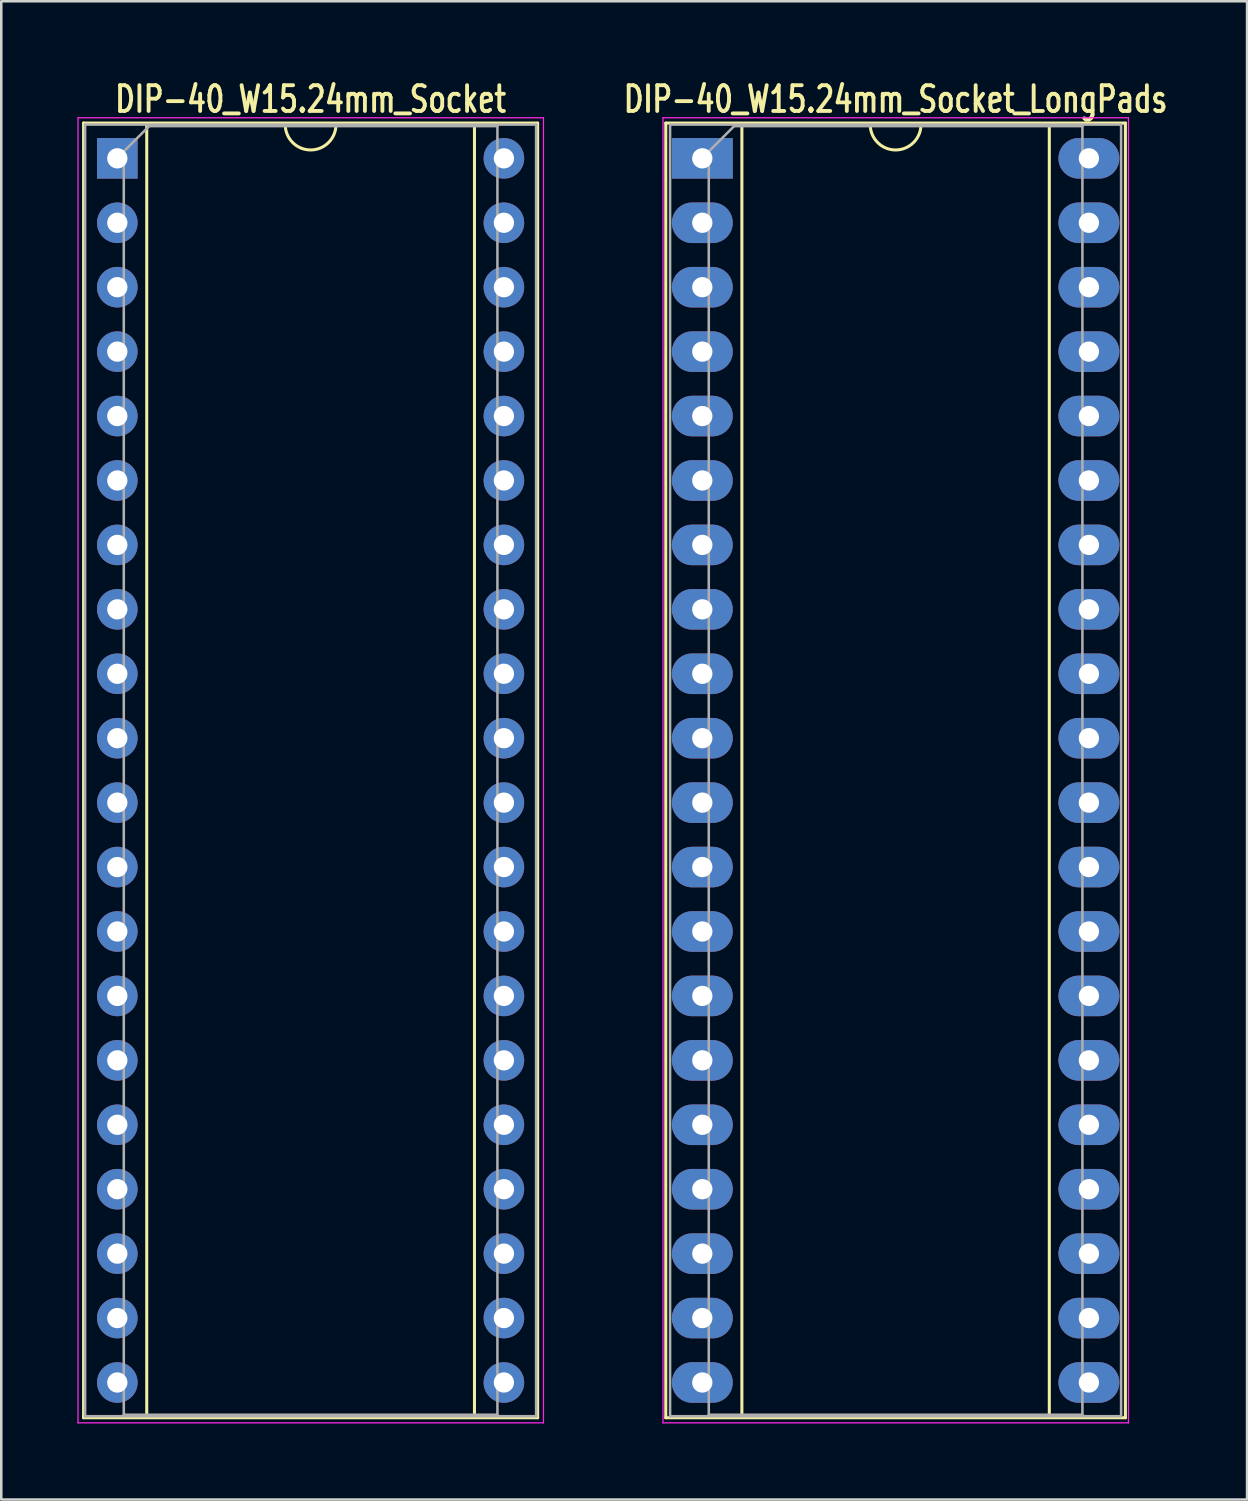
<source format=kicad_pcb>
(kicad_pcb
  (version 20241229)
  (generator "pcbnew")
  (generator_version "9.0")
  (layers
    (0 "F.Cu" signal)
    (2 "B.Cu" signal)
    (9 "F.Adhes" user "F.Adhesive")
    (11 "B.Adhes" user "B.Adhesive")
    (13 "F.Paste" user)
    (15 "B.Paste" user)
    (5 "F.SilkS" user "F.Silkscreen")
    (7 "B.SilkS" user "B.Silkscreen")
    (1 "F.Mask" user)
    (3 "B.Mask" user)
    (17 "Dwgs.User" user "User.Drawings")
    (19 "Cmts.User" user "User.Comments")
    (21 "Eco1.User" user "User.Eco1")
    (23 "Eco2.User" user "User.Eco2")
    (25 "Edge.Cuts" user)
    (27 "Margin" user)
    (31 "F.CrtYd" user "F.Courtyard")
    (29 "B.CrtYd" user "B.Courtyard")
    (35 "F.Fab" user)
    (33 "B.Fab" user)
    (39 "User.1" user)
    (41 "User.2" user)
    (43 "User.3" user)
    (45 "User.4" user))
  (footprint "DIP-40_W15.24mm_Socket"
    (layer "F.Cu")
    (at 1.575 3.192)
    (property "Reference" "DIP-40_W15.24mm_Socket" (at 7.62 -2.33 0) (layer "F.SilkS") (effects (font (size 1.016 0.762) (thickness 0.152))))
    (attr through_hole)
    (fp_line (start -1.33 -1.39) (end -1.33 49.65) (stroke (width 0.12) (type solid)) (layer "F.SilkS"))
    (fp_line (start -1.33 49.65) (end 16.57 49.65) (stroke (width 0.12) (type solid)) (layer "F.SilkS"))
    (fp_line (start 1.16 -1.33) (end 1.16 49.59) (stroke (width 0.12) (type solid)) (layer "F.SilkS"))
    (fp_line (start 1.16 49.59) (end 14.08 49.59) (stroke (width 0.12) (type solid)) (layer "F.SilkS"))
    (fp_line (start 6.62 -1.33) (end 1.16 -1.33) (stroke (width 0.12) (type solid)) (layer "F.SilkS"))
    (fp_line (start 14.08 -1.33) (end 8.62 -1.33) (stroke (width 0.12) (type solid)) (layer "F.SilkS"))
    (fp_line (start 14.08 49.59) (end 14.08 -1.33) (stroke (width 0.12) (type solid)) (layer "F.SilkS"))
    (fp_line (start 16.57 -1.39) (end -1.33 -1.39) (stroke (width 0.12) (type solid)) (layer "F.SilkS"))
    (fp_line (start 16.57 49.65) (end 16.57 -1.39) (stroke (width 0.12) (type solid)) (layer "F.SilkS"))
    (fp_arc (start 8.62 -1.33) (mid 7.62 -0.33) (end 6.62 -1.33) (stroke (width 0.12) (type solid)) (layer "F.SilkS"))
    (fp_line (start -1.55 -1.6) (end -1.55 49.85) (stroke (width 0.05) (type solid)) (layer "F.CrtYd"))
    (fp_line (start -1.55 49.85) (end 16.8 49.85) (stroke (width 0.05) (type solid)) (layer "F.CrtYd"))
    (fp_line (start 16.8 -1.6) (end -1.55 -1.6) (stroke (width 0.05) (type solid)) (layer "F.CrtYd"))
    (fp_line (start 16.8 49.85) (end 16.8 -1.6) (stroke (width 0.05) (type solid)) (layer "F.CrtYd"))
    (fp_line (start -1.27 -1.33) (end -1.27 49.59) (stroke (width 0.1) (type solid)) (layer "F.Fab"))
    (fp_line (start -1.27 49.59) (end 16.51 49.59) (stroke (width 0.1) (type solid)) (layer "F.Fab"))
    (fp_line (start 0.255 -0.27) (end 1.255 -1.27) (stroke (width 0.1) (type solid)) (layer "F.Fab"))
    (fp_line (start 0.255 49.53) (end 0.255 -0.27) (stroke (width 0.1) (type solid)) (layer "F.Fab"))
    (fp_line (start 1.255 -1.27) (end 14.985 -1.27) (stroke (width 0.1) (type solid)) (layer "F.Fab"))
    (fp_line (start 14.985 -1.27) (end 14.985 49.53) (stroke (width 0.1) (type solid)) (layer "F.Fab"))
    (fp_line (start 14.985 49.53) (end 0.255 49.53) (stroke (width 0.1) (type solid)) (layer "F.Fab"))
    (fp_line (start 16.51 -1.33) (end -1.27 -1.33) (stroke (width 0.1) (type solid)) (layer "F.Fab"))
    (fp_line (start 16.51 49.59) (end 16.51 -1.33) (stroke (width 0.1) (type solid)) (layer "F.Fab"))
    (pad "1" thru_hole rect (at 0 0) (size 1.6 1.6) (drill 0.8) (layers "*.Cu" "*.Mask"))
    (pad "2" thru_hole oval (at 0 2.54) (size 1.6 1.6) (drill 0.8) (layers "*.Cu" "*.Mask"))
    (pad "3" thru_hole oval (at 0 5.08) (size 1.6 1.6) (drill 0.8) (layers "*.Cu" "*.Mask"))
    (pad "4" thru_hole oval (at 0 7.62) (size 1.6 1.6) (drill 0.8) (layers "*.Cu" "*.Mask"))
    (pad "5" thru_hole oval (at 0 10.16) (size 1.6 1.6) (drill 0.8) (layers "*.Cu" "*.Mask"))
    (pad "6" thru_hole oval (at 0 12.7) (size 1.6 1.6) (drill 0.8) (layers "*.Cu" "*.Mask"))
    (pad "7" thru_hole oval (at 0 15.24) (size 1.6 1.6) (drill 0.8) (layers "*.Cu" "*.Mask"))
    (pad "8" thru_hole oval (at 0 17.78) (size 1.6 1.6) (drill 0.8) (layers "*.Cu" "*.Mask"))
    (pad "9" thru_hole oval (at 0 20.32) (size 1.6 1.6) (drill 0.8) (layers "*.Cu" "*.Mask"))
    (pad "10" thru_hole oval (at 0 22.86) (size 1.6 1.6) (drill 0.8) (layers "*.Cu" "*.Mask"))
    (pad "11" thru_hole oval (at 0 25.4) (size 1.6 1.6) (drill 0.8) (layers "*.Cu" "*.Mask"))
    (pad "12" thru_hole oval (at 0 27.94) (size 1.6 1.6) (drill 0.8) (layers "*.Cu" "*.Mask"))
    (pad "13" thru_hole oval (at 0 30.48) (size 1.6 1.6) (drill 0.8) (layers "*.Cu" "*.Mask"))
    (pad "14" thru_hole oval (at 0 33.02) (size 1.6 1.6) (drill 0.8) (layers "*.Cu" "*.Mask"))
    (pad "15" thru_hole oval (at 0 35.56) (size 1.6 1.6) (drill 0.8) (layers "*.Cu" "*.Mask"))
    (pad "16" thru_hole oval (at 0 38.1) (size 1.6 1.6) (drill 0.8) (layers "*.Cu" "*.Mask"))
    (pad "17" thru_hole oval (at 0 40.64) (size 1.6 1.6) (drill 0.8) (layers "*.Cu" "*.Mask"))
    (pad "18" thru_hole oval (at 0 43.18) (size 1.6 1.6) (drill 0.8) (layers "*.Cu" "*.Mask"))
    (pad "19" thru_hole oval (at 0 45.72) (size 1.6 1.6) (drill 0.8) (layers "*.Cu" "*.Mask"))
    (pad "20" thru_hole oval (at 0 48.26) (size 1.6 1.6) (drill 0.8) (layers "*.Cu" "*.Mask"))
    (pad "21" thru_hole oval (at 15.24 48.26) (size 1.6 1.6) (drill 0.8) (layers "*.Cu" "*.Mask"))
    (pad "22" thru_hole oval (at 15.24 45.72) (size 1.6 1.6) (drill 0.8) (layers "*.Cu" "*.Mask"))
    (pad "23" thru_hole oval (at 15.24 43.18) (size 1.6 1.6) (drill 0.8) (layers "*.Cu" "*.Mask"))
    (pad "24" thru_hole oval (at 15.24 40.64) (size 1.6 1.6) (drill 0.8) (layers "*.Cu" "*.Mask"))
    (pad "25" thru_hole oval (at 15.24 38.1) (size 1.6 1.6) (drill 0.8) (layers "*.Cu" "*.Mask"))
    (pad "26" thru_hole oval (at 15.24 35.56) (size 1.6 1.6) (drill 0.8) (layers "*.Cu" "*.Mask"))
    (pad "27" thru_hole oval (at 15.24 33.02) (size 1.6 1.6) (drill 0.8) (layers "*.Cu" "*.Mask"))
    (pad "28" thru_hole oval (at 15.24 30.48) (size 1.6 1.6) (drill 0.8) (layers "*.Cu" "*.Mask"))
    (pad "29" thru_hole oval (at 15.24 27.94) (size 1.6 1.6) (drill 0.8) (layers "*.Cu" "*.Mask"))
    (pad "30" thru_hole oval (at 15.24 25.4) (size 1.6 1.6) (drill 0.8) (layers "*.Cu" "*.Mask"))
    (pad "31" thru_hole oval (at 15.24 22.86) (size 1.6 1.6) (drill 0.8) (layers "*.Cu" "*.Mask"))
    (pad "32" thru_hole oval (at 15.24 20.32) (size 1.6 1.6) (drill 0.8) (layers "*.Cu" "*.Mask"))
    (pad "33" thru_hole oval (at 15.24 17.78) (size 1.6 1.6) (drill 0.8) (layers "*.Cu" "*.Mask"))
    (pad "34" thru_hole oval (at 15.24 15.24) (size 1.6 1.6) (drill 0.8) (layers "*.Cu" "*.Mask"))
    (pad "35" thru_hole oval (at 15.24 12.7) (size 1.6 1.6) (drill 0.8) (layers "*.Cu" "*.Mask"))
    (pad "36" thru_hole oval (at 15.24 10.16) (size 1.6 1.6) (drill 0.8) (layers "*.Cu" "*.Mask"))
    (pad "37" thru_hole oval (at 15.24 7.62) (size 1.6 1.6) (drill 0.8) (layers "*.Cu" "*.Mask"))
    (pad "38" thru_hole oval (at 15.24 5.08) (size 1.6 1.6) (drill 0.8) (layers "*.Cu" "*.Mask"))
    (pad "39" thru_hole oval (at 15.24 2.54) (size 1.6 1.6) (drill 0.8) (layers "*.Cu" "*.Mask"))
    (pad "40" thru_hole oval (at 15.24 0) (size 1.6 1.6) (drill 0.8) (layers "*.Cu" "*.Mask")))
  (footprint "DIP-40_W15.24mm_Socket_LongPads"
    (layer "F.Cu")
    (at 24.637 3.192)
    (property "Reference" "DIP-40_W15.24mm_Socket_LongPads" (at 7.62 -2.33 0) (layer "F.SilkS") (effects (font (size 1.016 0.762) (thickness 0.152))))
    (attr through_hole)
    (fp_line (start -1.44 -1.39) (end -1.44 49.65) (stroke (width 0.12) (type solid)) (layer "F.SilkS"))
    (fp_line (start -1.44 49.65) (end 16.68 49.65) (stroke (width 0.12) (type solid)) (layer "F.SilkS"))
    (fp_line (start 1.56 -1.33) (end 1.56 49.59) (stroke (width 0.12) (type solid)) (layer "F.SilkS"))
    (fp_line (start 1.56 49.59) (end 13.68 49.59) (stroke (width 0.12) (type solid)) (layer "F.SilkS"))
    (fp_line (start 6.62 -1.33) (end 1.56 -1.33) (stroke (width 0.12) (type solid)) (layer "F.SilkS"))
    (fp_line (start 13.68 -1.33) (end 8.62 -1.33) (stroke (width 0.12) (type solid)) (layer "F.SilkS"))
    (fp_line (start 13.68 49.59) (end 13.68 -1.33) (stroke (width 0.12) (type solid)) (layer "F.SilkS"))
    (fp_line (start 16.68 -1.39) (end -1.44 -1.39) (stroke (width 0.12) (type solid)) (layer "F.SilkS"))
    (fp_line (start 16.68 49.65) (end 16.68 -1.39) (stroke (width 0.12) (type solid)) (layer "F.SilkS"))
    (fp_arc (start 8.62 -1.33) (mid 7.62 -0.33) (end 6.62 -1.33) (stroke (width 0.12) (type solid)) (layer "F.SilkS"))
    (fp_line (start -1.55 -1.6) (end -1.55 49.85) (stroke (width 0.05) (type solid)) (layer "F.CrtYd"))
    (fp_line (start -1.55 49.85) (end 16.8 49.85) (stroke (width 0.05) (type solid)) (layer "F.CrtYd"))
    (fp_line (start 16.8 -1.6) (end -1.55 -1.6) (stroke (width 0.05) (type solid)) (layer "F.CrtYd"))
    (fp_line (start 16.8 49.85) (end 16.8 -1.6) (stroke (width 0.05) (type solid)) (layer "F.CrtYd"))
    (fp_line (start -1.27 -1.33) (end -1.27 49.59) (stroke (width 0.1) (type solid)) (layer "F.Fab"))
    (fp_line (start -1.27 49.59) (end 16.51 49.59) (stroke (width 0.1) (type solid)) (layer "F.Fab"))
    (fp_line (start 0.255 -0.27) (end 1.255 -1.27) (stroke (width 0.1) (type solid)) (layer "F.Fab"))
    (fp_line (start 0.255 49.53) (end 0.255 -0.27) (stroke (width 0.1) (type solid)) (layer "F.Fab"))
    (fp_line (start 1.255 -1.27) (end 14.985 -1.27) (stroke (width 0.1) (type solid)) (layer "F.Fab"))
    (fp_line (start 14.985 -1.27) (end 14.985 49.53) (stroke (width 0.1) (type solid)) (layer "F.Fab"))
    (fp_line (start 14.985 49.53) (end 0.255 49.53) (stroke (width 0.1) (type solid)) (layer "F.Fab"))
    (fp_line (start 16.51 -1.33) (end -1.27 -1.33) (stroke (width 0.1) (type solid)) (layer "F.Fab"))
    (fp_line (start 16.51 49.59) (end 16.51 -1.33) (stroke (width 0.1) (type solid)) (layer "F.Fab"))
    (pad "1" thru_hole rect (at 0 0) (size 2.4 1.6) (drill 0.8) (layers "*.Cu" "*.Mask"))
    (pad "2" thru_hole oval (at 0 2.54) (size 2.4 1.6) (drill 0.8) (layers "*.Cu" "*.Mask"))
    (pad "3" thru_hole oval (at 0 5.08) (size 2.4 1.6) (drill 0.8) (layers "*.Cu" "*.Mask"))
    (pad "4" thru_hole oval (at 0 7.62) (size 2.4 1.6) (drill 0.8) (layers "*.Cu" "*.Mask"))
    (pad "5" thru_hole oval (at 0 10.16) (size 2.4 1.6) (drill 0.8) (layers "*.Cu" "*.Mask"))
    (pad "6" thru_hole oval (at 0 12.7) (size 2.4 1.6) (drill 0.8) (layers "*.Cu" "*.Mask"))
    (pad "7" thru_hole oval (at 0 15.24) (size 2.4 1.6) (drill 0.8) (layers "*.Cu" "*.Mask"))
    (pad "8" thru_hole oval (at 0 17.78) (size 2.4 1.6) (drill 0.8) (layers "*.Cu" "*.Mask"))
    (pad "9" thru_hole oval (at 0 20.32) (size 2.4 1.6) (drill 0.8) (layers "*.Cu" "*.Mask"))
    (pad "10" thru_hole oval (at 0 22.86) (size 2.4 1.6) (drill 0.8) (layers "*.Cu" "*.Mask"))
    (pad "11" thru_hole oval (at 0 25.4) (size 2.4 1.6) (drill 0.8) (layers "*.Cu" "*.Mask"))
    (pad "12" thru_hole oval (at 0 27.94) (size 2.4 1.6) (drill 0.8) (layers "*.Cu" "*.Mask"))
    (pad "13" thru_hole oval (at 0 30.48) (size 2.4 1.6) (drill 0.8) (layers "*.Cu" "*.Mask"))
    (pad "14" thru_hole oval (at 0 33.02) (size 2.4 1.6) (drill 0.8) (layers "*.Cu" "*.Mask"))
    (pad "15" thru_hole oval (at 0 35.56) (size 2.4 1.6) (drill 0.8) (layers "*.Cu" "*.Mask"))
    (pad "16" thru_hole oval (at 0 38.1) (size 2.4 1.6) (drill 0.8) (layers "*.Cu" "*.Mask"))
    (pad "17" thru_hole oval (at 0 40.64) (size 2.4 1.6) (drill 0.8) (layers "*.Cu" "*.Mask"))
    (pad "18" thru_hole oval (at 0 43.18) (size 2.4 1.6) (drill 0.8) (layers "*.Cu" "*.Mask"))
    (pad "19" thru_hole oval (at 0 45.72) (size 2.4 1.6) (drill 0.8) (layers "*.Cu" "*.Mask"))
    (pad "20" thru_hole oval (at 0 48.26) (size 2.4 1.6) (drill 0.8) (layers "*.Cu" "*.Mask"))
    (pad "21" thru_hole oval (at 15.24 48.26) (size 2.4 1.6) (drill 0.8) (layers "*.Cu" "*.Mask"))
    (pad "22" thru_hole oval (at 15.24 45.72) (size 2.4 1.6) (drill 0.8) (layers "*.Cu" "*.Mask"))
    (pad "23" thru_hole oval (at 15.24 43.18) (size 2.4 1.6) (drill 0.8) (layers "*.Cu" "*.Mask"))
    (pad "24" thru_hole oval (at 15.24 40.64) (size 2.4 1.6) (drill 0.8) (layers "*.Cu" "*.Mask"))
    (pad "25" thru_hole oval (at 15.24 38.1) (size 2.4 1.6) (drill 0.8) (layers "*.Cu" "*.Mask"))
    (pad "26" thru_hole oval (at 15.24 35.56) (size 2.4 1.6) (drill 0.8) (layers "*.Cu" "*.Mask"))
    (pad "27" thru_hole oval (at 15.24 33.02) (size 2.4 1.6) (drill 0.8) (layers "*.Cu" "*.Mask"))
    (pad "28" thru_hole oval (at 15.24 30.48) (size 2.4 1.6) (drill 0.8) (layers "*.Cu" "*.Mask"))
    (pad "29" thru_hole oval (at 15.24 27.94) (size 2.4 1.6) (drill 0.8) (layers "*.Cu" "*.Mask"))
    (pad "30" thru_hole oval (at 15.24 25.4) (size 2.4 1.6) (drill 0.8) (layers "*.Cu" "*.Mask"))
    (pad "31" thru_hole oval (at 15.24 22.86) (size 2.4 1.6) (drill 0.8) (layers "*.Cu" "*.Mask"))
    (pad "32" thru_hole oval (at 15.24 20.32) (size 2.4 1.6) (drill 0.8) (layers "*.Cu" "*.Mask"))
    (pad "33" thru_hole oval (at 15.24 17.78) (size 2.4 1.6) (drill 0.8) (layers "*.Cu" "*.Mask"))
    (pad "34" thru_hole oval (at 15.24 15.24) (size 2.4 1.6) (drill 0.8) (layers "*.Cu" "*.Mask"))
    (pad "35" thru_hole oval (at 15.24 12.7) (size 2.4 1.6) (drill 0.8) (layers "*.Cu" "*.Mask"))
    (pad "36" thru_hole oval (at 15.24 10.16) (size 2.4 1.6) (drill 0.8) (layers "*.Cu" "*.Mask"))
    (pad "37" thru_hole oval (at 15.24 7.62) (size 2.4 1.6) (drill 0.8) (layers "*.Cu" "*.Mask"))
    (pad "38" thru_hole oval (at 15.24 5.08) (size 2.4 1.6) (drill 0.8) (layers "*.Cu" "*.Mask"))
    (pad "39" thru_hole oval (at 15.24 2.54) (size 2.4 1.6) (drill 0.8) (layers "*.Cu" "*.Mask"))
    (pad "40" thru_hole oval (at 15.24 0) (size 2.4 1.6) (drill 0.8) (layers "*.Cu" "*.Mask")))
  (gr_rect
    (start -3 -3)
    (end 46.113 56.067)
    (stroke (width 0.1) (type default))
    (fill no)
    (layer "Edge.Cuts")))
</source>
